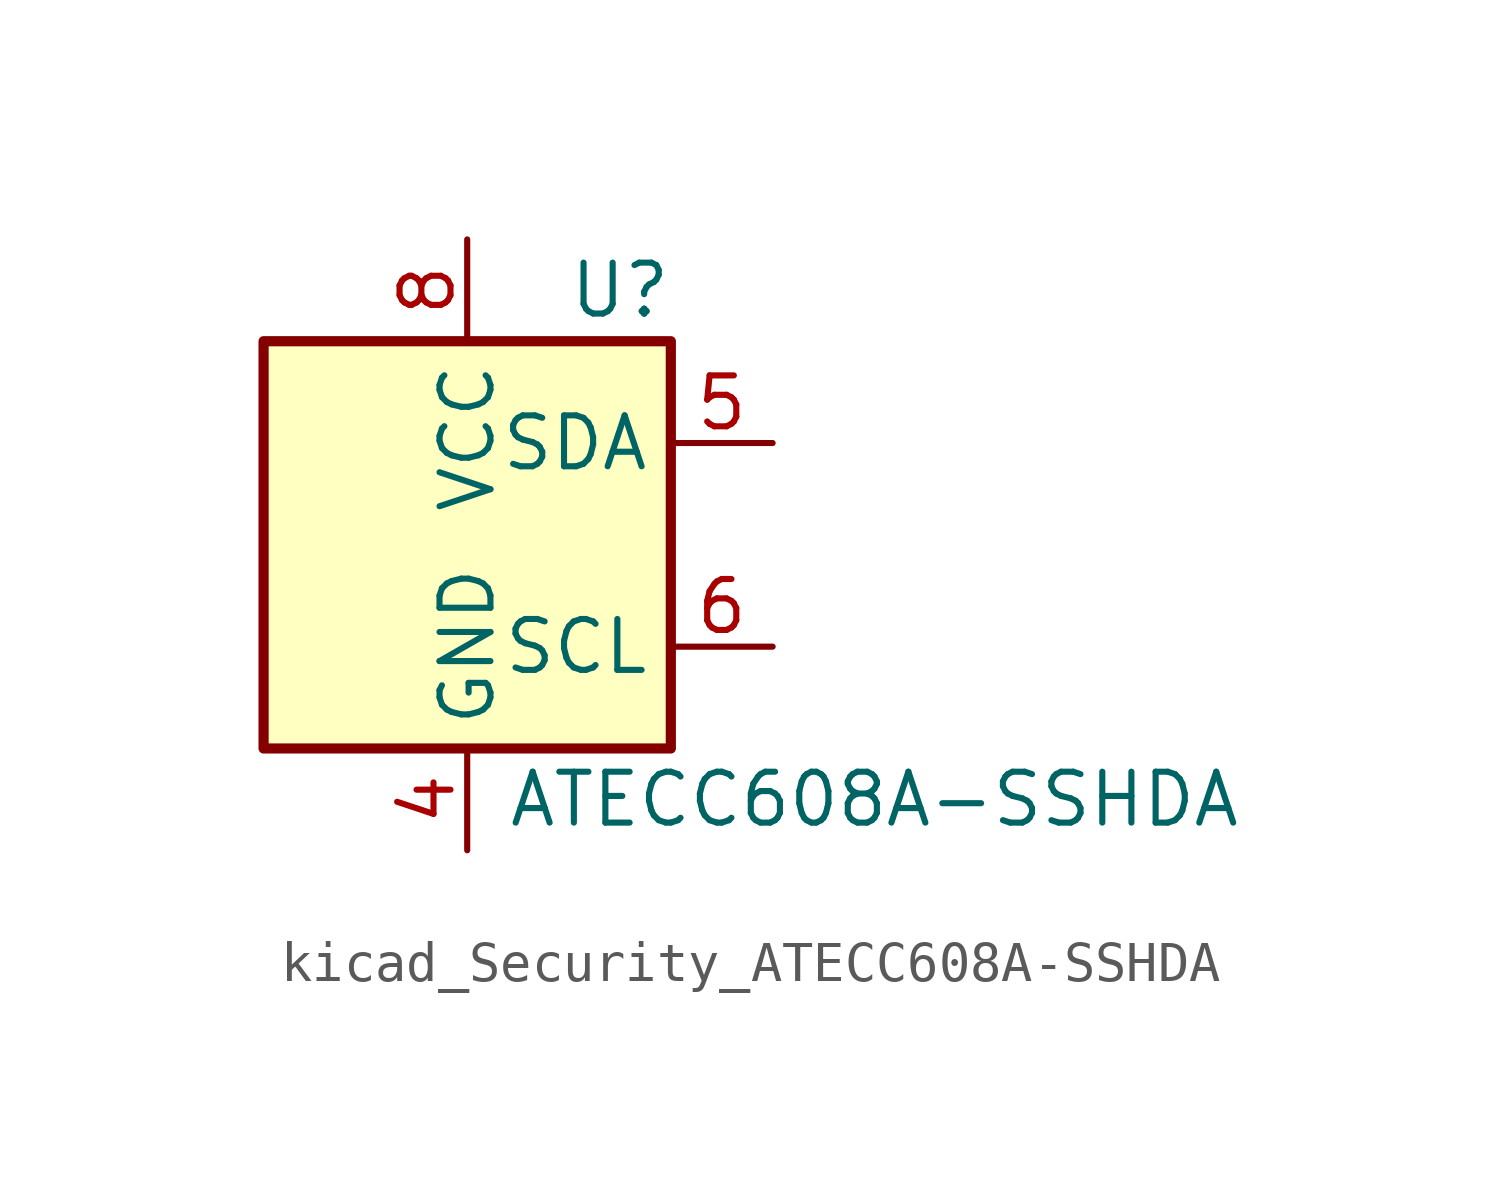
<source format=kicad_sym>
(kicad_symbol_lib
  (version 20220914)
  (generator kicad_symbol_editor)
  (symbol "kicad_Security_ATECC608A-SSHDA"
    (property "Reference" "U"
      (at 3.81 6.35 0)
      (effects (font (size 1.27 1.27))))
    (property "Value" "ATECC608A-SSHDA"
      (at 10.16 -6.35 0)
      (effects (font (size 1.27 1.27))))
    (symbol "kicad_Security_ATECC608A-SSHDA_0_1"
      (rectangle (start -5.08 5.08) (end 5.08 -5.08) (stroke (width 0.254) (type default)) (fill (type background))))
    (symbol "kicad_Security_ATECC608A-SSHDA_1_1"
      (pin no_connect line (at -5.08 2.54 0) (length 2.54) hide (name "NC" (effects (font (size 1.27 1.27)))) (number "1" (effects (font (size 1.27 1.27)))))
      (pin no_connect line (at -5.08 0 0) (length 2.54) hide (name "NC" (effects (font (size 1.27 1.27)))) (number "2" (effects (font (size 1.27 1.27)))))
      (pin no_connect line (at -5.08 -2.54 0) (length 2.54) hide (name "NC" (effects (font (size 1.27 1.27)))) (number "3" (effects (font (size 1.27 1.27)))))
      (pin power_in line (at 0 -7.62 90) (length 2.54) (name "GND" (effects (font (size 1.27 1.27)))) (number "4" (effects (font (size 1.27 1.27)))))
      (pin bidirectional line (at 7.62 2.54 180) (length 2.54) (name "SDA" (effects (font (size 1.27 1.27)))) (number "5" (effects (font (size 1.27 1.27)))))
      (pin input line (at 7.62 -2.54 180) (length 2.54) (name "SCL" (effects (font (size 1.27 1.27)))) (number "6" (effects (font (size 1.27 1.27)))))
      (pin no_connect line (at 5.08 0 180) (length 2.54) hide (name "NC" (effects (font (size 1.27 1.27)))) (number "7" (effects (font (size 1.27 1.27)))))
      (pin power_in line (at 0 7.62 270) (length 2.54) (name "VCC" (effects (font (size 1.27 1.27)))) (number "8" (effects (font (size 1.27 1.27))))))))
</source>
